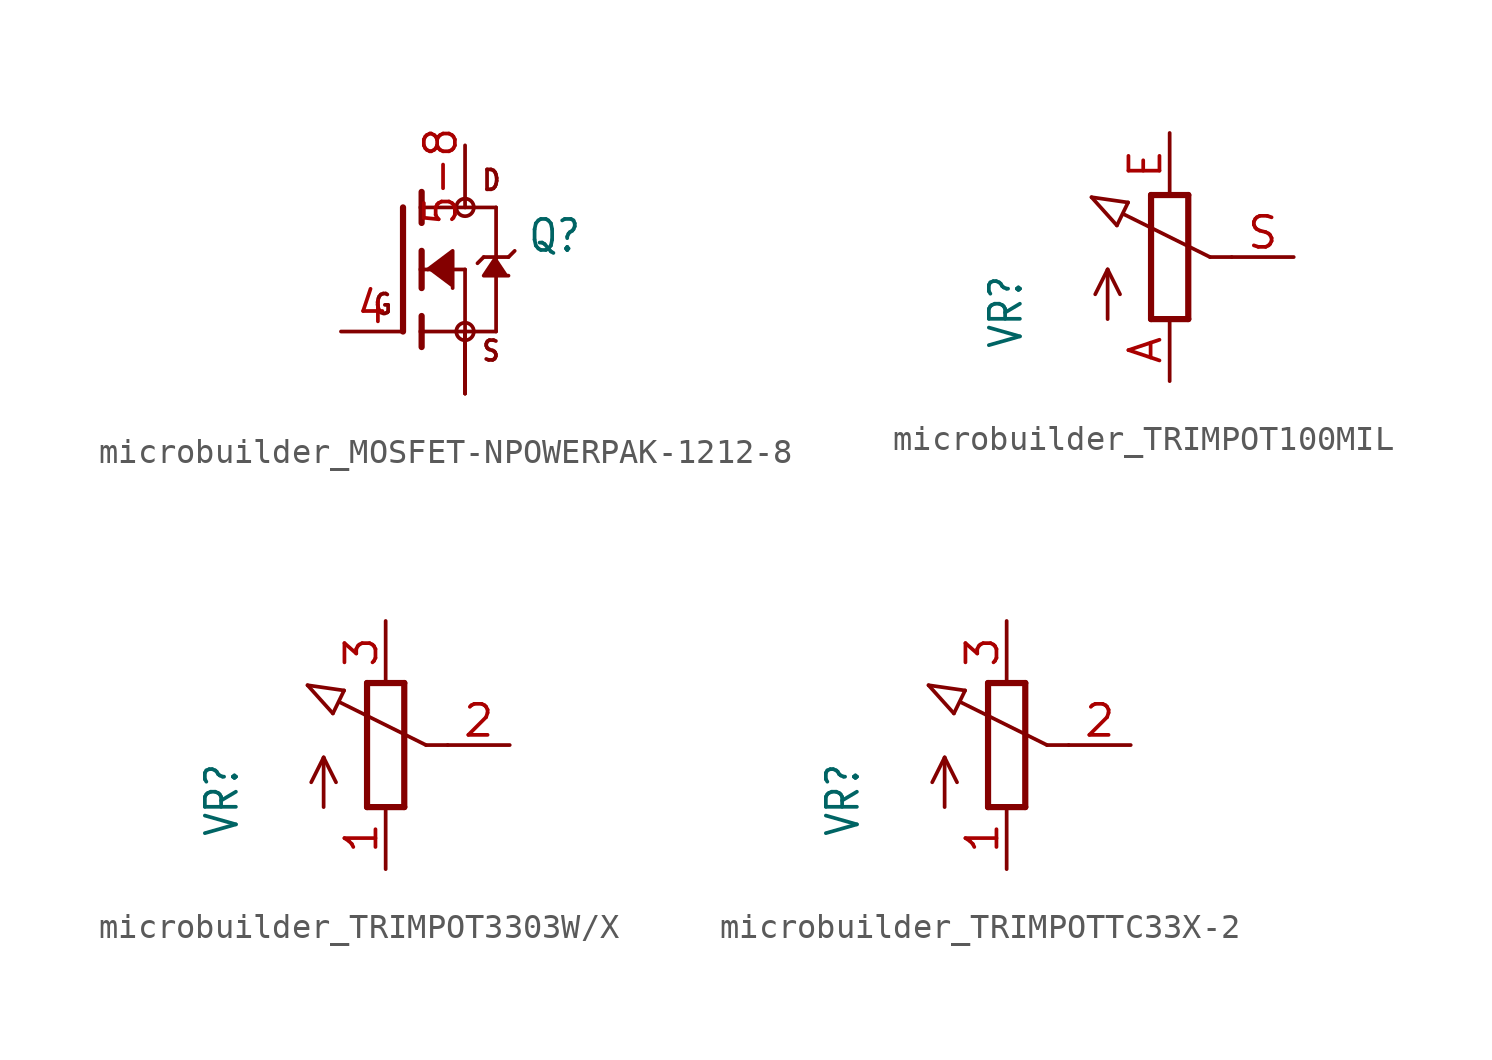
<source format=kicad_sym>
(kicad_symbol_lib
  (version 20231120)
  (generator "kicad_symbol_editor")
  (generator_version "8.0")
  (symbol "microbuilder_MOSFET-NPOWERPAK-1212-8"
    (property "Reference" "Q"
      (at 5.08 0.635 0)
      (effects (font (size 1.27 1.079)) (justify left bottom)))
    (property "Value" ""
      (at 5.08 -1.27 0)
      (effects (font (size 1.27 1.079)) (justify left bottom)))
    (property "ki_locked" ""
      (at 0 0 0)
      (effects (font (size 1.27 1.27))))
    (symbol "microbuilder_MOSFET-NPOWERPAK-1212-8_1_0"
      (polyline (pts (xy 0 2.54) (xy 0 -2.54)) (stroke (width 0.254) (type solid)) (fill (type none)))
      (polyline (pts (xy 0.762 -2.54) (xy 0.762 -3.175)) (stroke (width 0.254) (type solid)) (fill (type none)))
      (polyline (pts (xy 0.762 -1.905) (xy 0.762 -2.54)) (stroke (width 0.254) (type solid)) (fill (type none)))
      (polyline (pts (xy 0.762 0) (xy 0.762 -0.762)) (stroke (width 0.254) (type solid)) (fill (type none)))
      (polyline (pts (xy 0.762 0) (xy 2.54 0)) (stroke (width 0.152) (type solid)) (fill (type none)))
      (polyline (pts (xy 0.762 0.762) (xy 0.762 0)) (stroke (width 0.254) (type solid)) (fill (type none)))
      (polyline (pts (xy 0.762 2.54) (xy 0.762 1.905)) (stroke (width 0.254) (type solid)) (fill (type none)))
      (polyline (pts (xy 0.762 2.54) (xy 3.81 2.54)) (stroke (width 0.152) (type solid)) (fill (type none)))
      (polyline (pts (xy 0.762 3.175) (xy 0.762 2.54)) (stroke (width 0.254) (type solid)) (fill (type none)))
      (polyline (pts (xy 2.54 -2.54) (xy 0.762 -2.54)) (stroke (width 0.152) (type solid)) (fill (type none)))
      (polyline (pts (xy 2.54 -2.54) (xy 3.81 -2.54)) (stroke (width 0.152) (type solid)) (fill (type none)))
      (polyline (pts (xy 2.54 0) (xy 2.54 -2.54)) (stroke (width 0.152) (type solid)) (fill (type none)))
      (polyline (pts (xy 3.302 0.508) (xy 3.048 0.254)) (stroke (width 0.152) (type solid)) (fill (type none)))
      (polyline (pts (xy 3.81 0.508) (xy 3.302 0.508)) (stroke (width 0.152) (type solid)) (fill (type none)))
      (polyline (pts (xy 3.81 0.508) (xy 3.81 -2.54)) (stroke (width 0.152) (type solid)) (fill (type none)))
      (polyline (pts (xy 3.81 2.54) (xy 3.81 0.508)) (stroke (width 0.152) (type solid)) (fill (type none)))
      (polyline (pts (xy 4.318 0.508) (xy 3.81 0.508)) (stroke (width 0.152) (type solid)) (fill (type none)))
      (polyline (pts (xy 4.572 0.762) (xy 4.318 0.508)) (stroke (width 0.152) (type solid)) (fill (type none)))
      (polyline (pts (xy 1.016 0) (xy 2.032 0.762) (xy 2.032 -0.762)) (stroke (width 0.152) (type solid)) (fill (type outline)))
      (polyline (pts (xy 3.81 0.508) (xy 3.302 -0.254) (xy 4.318 -0.254)) (stroke (width 0.152) (type solid)) (fill (type outline)))
      (circle (center 2.54 -2.54) (radius 0.359) (stroke (width 0) (type solid)) (fill (type none)))
      (circle (center 2.54 2.54) (radius 0.359) (stroke (width 0) (type solid)) (fill (type none)))
      (text "D" (at 3.175 3.175 0) (effects (font (size 0.813 0.691)) (justify left bottom)))
      (text "G" (at -1.27 -1.905 0) (effects (font (size 0.813 0.691)) (justify left bottom)))
      (text "S" (at 3.175 -3.81 0) (effects (font (size 0.813 0.691)) (justify left bottom)))
      (pin bidirectional line (at 2.54 -5.08 90) (length 2.54) (name "S" (effects (font (size 0 0)))) (number "1" (effects (font (size 0 0)))))
      (pin bidirectional line (at 2.54 -5.08 90) (length 2.54) (name "S" (effects (font (size 0 0)))) (number "2" (effects (font (size 0 0)))))
      (pin bidirectional line (at 2.54 -5.08 90) (length 2.54) (name "S" (effects (font (size 0 0)))) (number "3" (effects (font (size 0 0)))))
      (pin bidirectional line (at -2.54 -2.54 0) (length 2.54) (name "G" (effects (font (size 0 0)))) (number "4" (effects (font (size 1.27 1.27)))))
      (pin bidirectional line (at 2.54 5.08 270) (length 2.54) (name "D" (effects (font (size 0 0)))) (number "5-8" (effects (font (size 1.27 1.27)))))))
  (symbol "microbuilder_TRIMPOT100MIL"
    (property "Reference" "VR"
      (at -5.969 -3.81 90)
      (effects (font (size 1.27 1.079)) (justify left bottom)))
    (property "Value" ""
      (at -3.81 -3.81 90)
      (effects (font (size 1.27 1.079)) (justify left bottom)))
    (property "ki_locked" ""
      (at 0 0 0)
      (effects (font (size 1.27 1.27))))
    (symbol "microbuilder_TRIMPOT100MIL_1_0"
      (polyline (pts (xy -3.199 2.45) (xy -1.702 2.235)) (stroke (width 0.152) (type solid)) (fill (type none)))
      (polyline (pts (xy -2.54 -2.54) (xy -2.54 -0.508)) (stroke (width 0.152) (type solid)) (fill (type none)))
      (polyline (pts (xy -2.54 -0.508) (xy -3.048 -1.524)) (stroke (width 0.152) (type solid)) (fill (type none)))
      (polyline (pts (xy -2.54 -0.508) (xy -2.032 -1.524)) (stroke (width 0.152) (type solid)) (fill (type none)))
      (polyline (pts (xy -2.16 1.294) (xy -3.199 2.45)) (stroke (width 0.152) (type solid)) (fill (type none)))
      (polyline (pts (xy -2.16 1.294) (xy -1.702 2.235)) (stroke (width 0.152) (type solid)) (fill (type none)))
      (polyline (pts (xy -0.762 -2.54) (xy 0.762 -2.54)) (stroke (width 0.254) (type solid)) (fill (type none)))
      (polyline (pts (xy -0.762 2.54) (xy -0.762 -2.54)) (stroke (width 0.254) (type solid)) (fill (type none)))
      (polyline (pts (xy 0.762 -2.54) (xy 0.762 2.54)) (stroke (width 0.254) (type solid)) (fill (type none)))
      (polyline (pts (xy 0.762 2.54) (xy -0.762 2.54)) (stroke (width 0.254) (type solid)) (fill (type none)))
      (polyline (pts (xy 1.651 0) (xy -1.88 1.753)) (stroke (width 0.152) (type solid)) (fill (type none)))
      (polyline (pts (xy 2.54 0) (xy 1.651 0)) (stroke (width 0.152) (type solid)) (fill (type none)))
      (pin passive line (at 0 -5.08 90) (length 2.54) (name "A" (effects (font (size 0 0)))) (number "A" (effects (font (size 1.27 1.27)))))
      (pin passive line (at 0 5.08 270) (length 2.54) (name "E" (effects (font (size 0 0)))) (number "E" (effects (font (size 1.27 1.27)))))
      (pin passive line (at 5.08 0 180) (length 2.54) (name "S" (effects (font (size 0 0)))) (number "S" (effects (font (size 1.27 1.27)))))))
  (symbol "microbuilder_TRIMPOT3303W/X"
    (property "Reference" "VR"
      (at -5.969 -3.81 90)
      (effects (font (size 1.27 1.079)) (justify left bottom)))
    (property "Value" ""
      (at -3.81 -3.81 90)
      (effects (font (size 1.27 1.079)) (justify left bottom)))
    (property "ki_locked" ""
      (at 0 0 0)
      (effects (font (size 1.27 1.27))))
    (symbol "microbuilder_TRIMPOT3303W/X_1_0"
      (polyline (pts (xy -3.199 2.45) (xy -1.702 2.235)) (stroke (width 0.152) (type solid)) (fill (type none)))
      (polyline (pts (xy -2.54 -2.54) (xy -2.54 -0.508)) (stroke (width 0.152) (type solid)) (fill (type none)))
      (polyline (pts (xy -2.54 -0.508) (xy -3.048 -1.524)) (stroke (width 0.152) (type solid)) (fill (type none)))
      (polyline (pts (xy -2.54 -0.508) (xy -2.032 -1.524)) (stroke (width 0.152) (type solid)) (fill (type none)))
      (polyline (pts (xy -2.16 1.294) (xy -3.199 2.45)) (stroke (width 0.152) (type solid)) (fill (type none)))
      (polyline (pts (xy -2.16 1.294) (xy -1.702 2.235)) (stroke (width 0.152) (type solid)) (fill (type none)))
      (polyline (pts (xy -0.762 -2.54) (xy 0.762 -2.54)) (stroke (width 0.254) (type solid)) (fill (type none)))
      (polyline (pts (xy -0.762 2.54) (xy -0.762 -2.54)) (stroke (width 0.254) (type solid)) (fill (type none)))
      (polyline (pts (xy 0.762 -2.54) (xy 0.762 2.54)) (stroke (width 0.254) (type solid)) (fill (type none)))
      (polyline (pts (xy 0.762 2.54) (xy -0.762 2.54)) (stroke (width 0.254) (type solid)) (fill (type none)))
      (polyline (pts (xy 1.651 0) (xy -1.88 1.753)) (stroke (width 0.152) (type solid)) (fill (type none)))
      (polyline (pts (xy 2.54 0) (xy 1.651 0)) (stroke (width 0.152) (type solid)) (fill (type none)))
      (pin passive line (at 0 -5.08 90) (length 2.54) (name "A" (effects (font (size 0 0)))) (number "1" (effects (font (size 1.27 1.27)))))
      (pin passive line (at 5.08 0 180) (length 2.54) (name "S" (effects (font (size 0 0)))) (number "2" (effects (font (size 1.27 1.27)))))
      (pin passive line (at 0 5.08 270) (length 2.54) (name "E" (effects (font (size 0 0)))) (number "3" (effects (font (size 1.27 1.27)))))))
  (symbol "microbuilder_TRIMPOTTC33X-2"
    (property "Reference" "VR"
      (at -5.969 -3.81 90)
      (effects (font (size 1.27 1.079)) (justify left bottom)))
    (property "Value" ""
      (at -3.81 -3.81 90)
      (effects (font (size 1.27 1.079)) (justify left bottom)))
    (property "ki_locked" ""
      (at 0 0 0)
      (effects (font (size 1.27 1.27))))
    (symbol "microbuilder_TRIMPOTTC33X-2_1_0"
      (polyline (pts (xy -3.199 2.45) (xy -1.702 2.235)) (stroke (width 0.152) (type solid)) (fill (type none)))
      (polyline (pts (xy -2.54 -2.54) (xy -2.54 -0.508)) (stroke (width 0.152) (type solid)) (fill (type none)))
      (polyline (pts (xy -2.54 -0.508) (xy -3.048 -1.524)) (stroke (width 0.152) (type solid)) (fill (type none)))
      (polyline (pts (xy -2.54 -0.508) (xy -2.032 -1.524)) (stroke (width 0.152) (type solid)) (fill (type none)))
      (polyline (pts (xy -2.16 1.294) (xy -3.199 2.45)) (stroke (width 0.152) (type solid)) (fill (type none)))
      (polyline (pts (xy -2.16 1.294) (xy -1.702 2.235)) (stroke (width 0.152) (type solid)) (fill (type none)))
      (polyline (pts (xy -0.762 -2.54) (xy 0.762 -2.54)) (stroke (width 0.254) (type solid)) (fill (type none)))
      (polyline (pts (xy -0.762 2.54) (xy -0.762 -2.54)) (stroke (width 0.254) (type solid)) (fill (type none)))
      (polyline (pts (xy 0.762 -2.54) (xy 0.762 2.54)) (stroke (width 0.254) (type solid)) (fill (type none)))
      (polyline (pts (xy 0.762 2.54) (xy -0.762 2.54)) (stroke (width 0.254) (type solid)) (fill (type none)))
      (polyline (pts (xy 1.651 0) (xy -1.88 1.753)) (stroke (width 0.152) (type solid)) (fill (type none)))
      (polyline (pts (xy 2.54 0) (xy 1.651 0)) (stroke (width 0.152) (type solid)) (fill (type none)))
      (pin passive line (at 0 -5.08 90) (length 2.54) (name "A" (effects (font (size 0 0)))) (number "1" (effects (font (size 1.27 1.27)))))
      (pin passive line (at 5.08 0 180) (length 2.54) (name "S" (effects (font (size 0 0)))) (number "2" (effects (font (size 1.27 1.27)))))
      (pin passive line (at 0 5.08 270) (length 2.54) (name "E" (effects (font (size 0 0)))) (number "3" (effects (font (size 1.27 1.27))))))))
</source>
